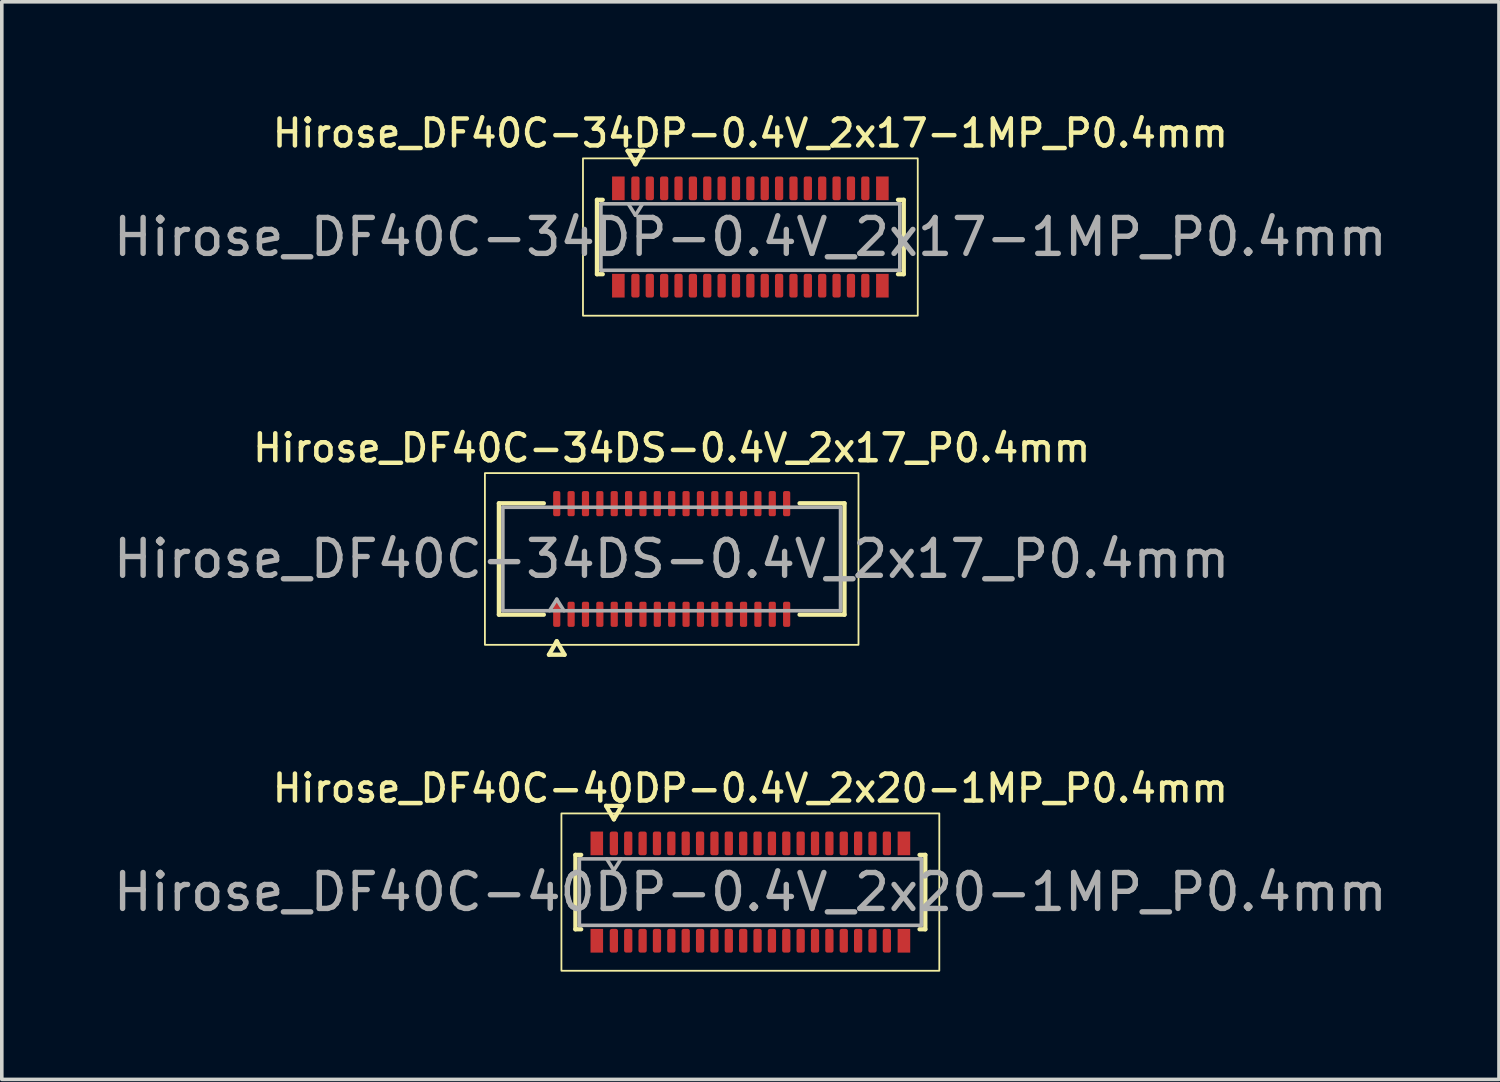
<source format=kicad_pcb>
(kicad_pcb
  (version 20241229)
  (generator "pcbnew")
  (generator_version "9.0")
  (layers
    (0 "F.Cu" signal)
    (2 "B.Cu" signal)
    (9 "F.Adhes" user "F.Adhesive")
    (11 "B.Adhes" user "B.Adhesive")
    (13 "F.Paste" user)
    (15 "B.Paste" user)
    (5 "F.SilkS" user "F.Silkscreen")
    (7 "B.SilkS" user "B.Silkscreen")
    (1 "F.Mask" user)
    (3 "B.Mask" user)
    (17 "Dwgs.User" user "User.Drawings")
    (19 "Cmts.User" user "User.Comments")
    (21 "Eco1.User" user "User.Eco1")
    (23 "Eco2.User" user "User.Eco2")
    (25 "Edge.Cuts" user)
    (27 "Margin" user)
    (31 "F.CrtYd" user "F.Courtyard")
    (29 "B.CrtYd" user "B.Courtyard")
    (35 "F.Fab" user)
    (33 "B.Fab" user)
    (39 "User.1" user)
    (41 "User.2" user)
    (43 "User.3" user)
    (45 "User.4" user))
  (footprint "Hirose_DF40C-34DP-0.4V_2x17-1MP_P0.4mm"
    (layer "F.Cu")
    (at 17.839 3.548)
    (property "Reference" "Hirose_DF40C-34DP-0.4V_2x17-1MP_P0.4mm" (at 0 -2.89 0) (layer "F.SilkS") (effects (font (size 0.75 0.75) (thickness 0.125))))
    (attr smd)
    (fp_line (start -4.27 -1.035) (end -4.11 -1.035) (stroke (width 0.12) (type solid)) (layer "F.SilkS"))
    (fp_line (start -4.27 1.035) (end -4.27 -1.035) (stroke (width 0.12) (type solid)) (layer "F.SilkS"))
    (fp_line (start -4.11 1.035) (end -4.27 1.035) (stroke (width 0.12) (type solid)) (layer "F.SilkS"))
    (fp_line (start -3.417 -2.4) (end -3.2 -2.025) (stroke (width 0.12) (type solid)) (layer "F.SilkS"))
    (fp_line (start -3.2 -2.025) (end -2.983 -2.4) (stroke (width 0.12) (type solid)) (layer "F.SilkS"))
    (fp_line (start -2.983 -2.4) (end -3.417 -2.4) (stroke (width 0.12) (type solid)) (layer "F.SilkS"))
    (fp_line (start 4.11 -1.035) (end 4.27 -1.035) (stroke (width 0.12) (type solid)) (layer "F.SilkS"))
    (fp_line (start 4.27 -1.035) (end 4.27 1.035) (stroke (width 0.12) (type solid)) (layer "F.SilkS"))
    (fp_line (start 4.27 1.035) (end 4.11 1.035) (stroke (width 0.12) (type solid)) (layer "F.SilkS"))
    (fp_rect (start -4.66 -2.19) (end 4.66 2.19) (stroke (width 0.05) (type solid)) (fill no) (layer "F.SilkS"))
    (fp_line (start -4.16 -0.925) (end 4.16 -0.925) (stroke (width 0.1) (type solid)) (layer "F.Fab"))
    (fp_line (start -4.16 0.925) (end -4.16 -0.925) (stroke (width 0.1) (type solid)) (layer "F.Fab"))
    (fp_line (start -3.4 -0.925) (end -3.2 -0.605) (stroke (width 0.1) (type solid)) (layer "F.Fab"))
    (fp_line (start -3.2 -0.605) (end -3 -0.925) (stroke (width 0.1) (type solid)) (layer "F.Fab"))
    (fp_line (start 4.16 -0.925) (end 4.16 0.925) (stroke (width 0.1) (type solid)) (layer "F.Fab"))
    (fp_line (start 4.16 0.925) (end -4.16 0.925) (stroke (width 0.1) (type solid)) (layer "F.Fab"))
    (fp_text user "${REFERENCE}" (at 0 0 0) (layer "F.Fab") (effects (font (size 1 1) (thickness 0.15))))
    (pad "1" smd roundrect (at -3.2 -1.355) (size 0.23 0.66) (layers "F.Cu" "F.Mask" "F.Paste") (roundrect_rratio 0.25))
    (pad "2" smd roundrect (at -3.2 1.355) (size 0.23 0.66) (layers "F.Cu" "F.Mask" "F.Paste") (roundrect_rratio 0.25))
    (pad "3" smd roundrect (at -2.8 -1.355) (size 0.23 0.66) (layers "F.Cu" "F.Mask" "F.Paste") (roundrect_rratio 0.25))
    (pad "4" smd roundrect (at -2.8 1.355) (size 0.23 0.66) (layers "F.Cu" "F.Mask" "F.Paste") (roundrect_rratio 0.25))
    (pad "5" smd roundrect (at -2.4 -1.355) (size 0.23 0.66) (layers "F.Cu" "F.Mask" "F.Paste") (roundrect_rratio 0.25))
    (pad "6" smd roundrect (at -2.4 1.355) (size 0.23 0.66) (layers "F.Cu" "F.Mask" "F.Paste") (roundrect_rratio 0.25))
    (pad "7" smd roundrect (at -2 -1.355) (size 0.23 0.66) (layers "F.Cu" "F.Mask" "F.Paste") (roundrect_rratio 0.25))
    (pad "8" smd roundrect (at -2 1.355) (size 0.23 0.66) (layers "F.Cu" "F.Mask" "F.Paste") (roundrect_rratio 0.25))
    (pad "9" smd roundrect (at -1.6 -1.355) (size 0.23 0.66) (layers "F.Cu" "F.Mask" "F.Paste") (roundrect_rratio 0.25))
    (pad "10" smd roundrect (at -1.6 1.355) (size 0.23 0.66) (layers "F.Cu" "F.Mask" "F.Paste") (roundrect_rratio 0.25))
    (pad "11" smd roundrect (at -1.2 -1.355) (size 0.23 0.66) (layers "F.Cu" "F.Mask" "F.Paste") (roundrect_rratio 0.25))
    (pad "12" smd roundrect (at -1.2 1.355) (size 0.23 0.66) (layers "F.Cu" "F.Mask" "F.Paste") (roundrect_rratio 0.25))
    (pad "13" smd roundrect (at -0.8 -1.355) (size 0.23 0.66) (layers "F.Cu" "F.Mask" "F.Paste") (roundrect_rratio 0.25))
    (pad "14" smd roundrect (at -0.8 1.355) (size 0.23 0.66) (layers "F.Cu" "F.Mask" "F.Paste") (roundrect_rratio 0.25))
    (pad "15" smd roundrect (at -0.4 -1.355) (size 0.23 0.66) (layers "F.Cu" "F.Mask" "F.Paste") (roundrect_rratio 0.25))
    (pad "16" smd roundrect (at -0.4 1.355) (size 0.23 0.66) (layers "F.Cu" "F.Mask" "F.Paste") (roundrect_rratio 0.25))
    (pad "17" smd roundrect (at 0 -1.355) (size 0.23 0.66) (layers "F.Cu" "F.Mask" "F.Paste") (roundrect_rratio 0.25))
    (pad "18" smd roundrect (at 0 1.355) (size 0.23 0.66) (layers "F.Cu" "F.Mask" "F.Paste") (roundrect_rratio 0.25))
    (pad "19" smd roundrect (at 0.4 -1.355) (size 0.23 0.66) (layers "F.Cu" "F.Mask" "F.Paste") (roundrect_rratio 0.25))
    (pad "20" smd roundrect (at 0.4 1.355) (size 0.23 0.66) (layers "F.Cu" "F.Mask" "F.Paste") (roundrect_rratio 0.25))
    (pad "21" smd roundrect (at 0.8 -1.355) (size 0.23 0.66) (layers "F.Cu" "F.Mask" "F.Paste") (roundrect_rratio 0.25))
    (pad "22" smd roundrect (at 0.8 1.355) (size 0.23 0.66) (layers "F.Cu" "F.Mask" "F.Paste") (roundrect_rratio 0.25))
    (pad "23" smd roundrect (at 1.2 -1.355) (size 0.23 0.66) (layers "F.Cu" "F.Mask" "F.Paste") (roundrect_rratio 0.25))
    (pad "24" smd roundrect (at 1.2 1.355) (size 0.23 0.66) (layers "F.Cu" "F.Mask" "F.Paste") (roundrect_rratio 0.25))
    (pad "25" smd roundrect (at 1.6 -1.355) (size 0.23 0.66) (layers "F.Cu" "F.Mask" "F.Paste") (roundrect_rratio 0.25))
    (pad "26" smd roundrect (at 1.6 1.355) (size 0.23 0.66) (layers "F.Cu" "F.Mask" "F.Paste") (roundrect_rratio 0.25))
    (pad "27" smd roundrect (at 2 -1.355) (size 0.23 0.66) (layers "F.Cu" "F.Mask" "F.Paste") (roundrect_rratio 0.25))
    (pad "28" smd roundrect (at 2 1.355) (size 0.23 0.66) (layers "F.Cu" "F.Mask" "F.Paste") (roundrect_rratio 0.25))
    (pad "29" smd roundrect (at 2.4 -1.355) (size 0.23 0.66) (layers "F.Cu" "F.Mask" "F.Paste") (roundrect_rratio 0.25))
    (pad "30" smd roundrect (at 2.4 1.355) (size 0.23 0.66) (layers "F.Cu" "F.Mask" "F.Paste") (roundrect_rratio 0.25))
    (pad "31" smd roundrect (at 2.8 -1.355) (size 0.23 0.66) (layers "F.Cu" "F.Mask" "F.Paste") (roundrect_rratio 0.25))
    (pad "32" smd roundrect (at 2.8 1.355) (size 0.23 0.66) (layers "F.Cu" "F.Mask" "F.Paste") (roundrect_rratio 0.25))
    (pad "33" smd roundrect (at 3.2 -1.355) (size 0.23 0.66) (layers "F.Cu" "F.Mask" "F.Paste") (roundrect_rratio 0.25))
    (pad "34" smd roundrect (at 3.2 1.355) (size 0.23 0.66) (layers "F.Cu" "F.Mask" "F.Paste") (roundrect_rratio 0.25))
    (pad "MP" smd rect (at -3.675 -1.355) (size 0.35 0.66) (layers "F.Cu" "F.Mask" "F.Paste"))
    (pad "MP" smd rect (at -3.675 1.355) (size 0.35 0.66) (layers "F.Cu" "F.Mask" "F.Paste"))
    (pad "MP" smd rect (at 3.675 -1.355) (size 0.35 0.66) (layers "F.Cu" "F.Mask" "F.Paste"))
    (pad "MP" smd rect (at 3.675 1.355) (size 0.35 0.66) (layers "F.Cu" "F.Mask" "F.Paste")))
  (footprint "Hirose_DF40C-34DS-0.4V_2x17_P0.4mm"
    (layer "F.Cu")
    (at 15.649 12.511)
    (property "Reference" "Hirose_DF40C-34DS-0.4V_2x17_P0.4mm" (at 0 -3.09 0) (layer "F.SilkS") (effects (font (size 0.75 0.75) (thickness 0.125))))
    (attr smd)
    (fp_line (start -4.81 -1.55) (end -3.56 -1.55) (stroke (width 0.12) (type solid)) (layer "F.SilkS"))
    (fp_line (start -4.81 1.55) (end -4.81 -1.55) (stroke (width 0.12) (type solid)) (layer "F.SilkS"))
    (fp_line (start -3.56 1.55) (end -4.81 1.55) (stroke (width 0.12) (type solid)) (layer "F.SilkS"))
    (fp_line (start -3.417 2.665) (end -3.2 2.29) (stroke (width 0.12) (type solid)) (layer "F.SilkS"))
    (fp_line (start -3.2 2.29) (end -2.983 2.665) (stroke (width 0.12) (type solid)) (layer "F.SilkS"))
    (fp_line (start -2.983 2.665) (end -3.417 2.665) (stroke (width 0.12) (type solid)) (layer "F.SilkS"))
    (fp_line (start 3.56 -1.55) (end 4.81 -1.55) (stroke (width 0.12) (type solid)) (layer "F.SilkS"))
    (fp_line (start 4.81 -1.55) (end 4.81 1.55) (stroke (width 0.12) (type solid)) (layer "F.SilkS"))
    (fp_line (start 4.81 1.55) (end 3.56 1.55) (stroke (width 0.12) (type solid)) (layer "F.SilkS"))
    (fp_rect (start -5.2 -2.39) (end 5.2 2.39) (stroke (width 0.05) (type solid)) (fill no) (layer "F.SilkS"))
    (fp_line (start -4.7 -1.44) (end 4.7 -1.44) (stroke (width 0.1) (type solid)) (layer "F.Fab"))
    (fp_line (start -4.7 1.44) (end -4.7 -1.44) (stroke (width 0.1) (type solid)) (layer "F.Fab"))
    (fp_line (start -3.4 1.44) (end -3.2 1.12) (stroke (width 0.1) (type solid)) (layer "F.Fab"))
    (fp_line (start -3.2 1.12) (end -3 1.44) (stroke (width 0.1) (type solid)) (layer "F.Fab"))
    (fp_line (start 4.7 -1.44) (end 4.7 1.44) (stroke (width 0.1) (type solid)) (layer "F.Fab"))
    (fp_line (start 4.7 1.44) (end -4.7 1.44) (stroke (width 0.1) (type solid)) (layer "F.Fab"))
    (fp_text user "${REFERENCE}" (at 0 0 0) (layer "F.Fab") (effects (font (size 1 1) (thickness 0.15))))
    (pad "1" smd roundrect (at -3.2 1.54) (size 0.2 0.7) (layers "F.Cu" "F.Mask" "F.Paste") (roundrect_rratio 0.25))
    (pad "2" smd roundrect (at -3.2 -1.54) (size 0.2 0.7) (layers "F.Cu" "F.Mask" "F.Paste") (roundrect_rratio 0.25))
    (pad "3" smd roundrect (at -2.8 1.54) (size 0.2 0.7) (layers "F.Cu" "F.Mask" "F.Paste") (roundrect_rratio 0.25))
    (pad "4" smd roundrect (at -2.8 -1.54) (size 0.2 0.7) (layers "F.Cu" "F.Mask" "F.Paste") (roundrect_rratio 0.25))
    (pad "5" smd roundrect (at -2.4 1.54) (size 0.2 0.7) (layers "F.Cu" "F.Mask" "F.Paste") (roundrect_rratio 0.25))
    (pad "6" smd roundrect (at -2.4 -1.54) (size 0.2 0.7) (layers "F.Cu" "F.Mask" "F.Paste") (roundrect_rratio 0.25))
    (pad "7" smd roundrect (at -2 1.54) (size 0.2 0.7) (layers "F.Cu" "F.Mask" "F.Paste") (roundrect_rratio 0.25))
    (pad "8" smd roundrect (at -2 -1.54) (size 0.2 0.7) (layers "F.Cu" "F.Mask" "F.Paste") (roundrect_rratio 0.25))
    (pad "9" smd roundrect (at -1.6 1.54) (size 0.2 0.7) (layers "F.Cu" "F.Mask" "F.Paste") (roundrect_rratio 0.25))
    (pad "10" smd roundrect (at -1.6 -1.54) (size 0.2 0.7) (layers "F.Cu" "F.Mask" "F.Paste") (roundrect_rratio 0.25))
    (pad "11" smd roundrect (at -1.2 1.54) (size 0.2 0.7) (layers "F.Cu" "F.Mask" "F.Paste") (roundrect_rratio 0.25))
    (pad "12" smd roundrect (at -1.2 -1.54) (size 0.2 0.7) (layers "F.Cu" "F.Mask" "F.Paste") (roundrect_rratio 0.25))
    (pad "13" smd roundrect (at -0.8 1.54) (size 0.2 0.7) (layers "F.Cu" "F.Mask" "F.Paste") (roundrect_rratio 0.25))
    (pad "14" smd roundrect (at -0.8 -1.54) (size 0.2 0.7) (layers "F.Cu" "F.Mask" "F.Paste") (roundrect_rratio 0.25))
    (pad "15" smd roundrect (at -0.4 1.54) (size 0.2 0.7) (layers "F.Cu" "F.Mask" "F.Paste") (roundrect_rratio 0.25))
    (pad "16" smd roundrect (at -0.4 -1.54) (size 0.2 0.7) (layers "F.Cu" "F.Mask" "F.Paste") (roundrect_rratio 0.25))
    (pad "17" smd roundrect (at 0 1.54) (size 0.2 0.7) (layers "F.Cu" "F.Mask" "F.Paste") (roundrect_rratio 0.25))
    (pad "18" smd roundrect (at 0 -1.54) (size 0.2 0.7) (layers "F.Cu" "F.Mask" "F.Paste") (roundrect_rratio 0.25))
    (pad "19" smd roundrect (at 0.4 1.54) (size 0.2 0.7) (layers "F.Cu" "F.Mask" "F.Paste") (roundrect_rratio 0.25))
    (pad "20" smd roundrect (at 0.4 -1.54) (size 0.2 0.7) (layers "F.Cu" "F.Mask" "F.Paste") (roundrect_rratio 0.25))
    (pad "21" smd roundrect (at 0.8 1.54) (size 0.2 0.7) (layers "F.Cu" "F.Mask" "F.Paste") (roundrect_rratio 0.25))
    (pad "22" smd roundrect (at 0.8 -1.54) (size 0.2 0.7) (layers "F.Cu" "F.Mask" "F.Paste") (roundrect_rratio 0.25))
    (pad "23" smd roundrect (at 1.2 1.54) (size 0.2 0.7) (layers "F.Cu" "F.Mask" "F.Paste") (roundrect_rratio 0.25))
    (pad "24" smd roundrect (at 1.2 -1.54) (size 0.2 0.7) (layers "F.Cu" "F.Mask" "F.Paste") (roundrect_rratio 0.25))
    (pad "25" smd roundrect (at 1.6 1.54) (size 0.2 0.7) (layers "F.Cu" "F.Mask" "F.Paste") (roundrect_rratio 0.25))
    (pad "26" smd roundrect (at 1.6 -1.54) (size 0.2 0.7) (layers "F.Cu" "F.Mask" "F.Paste") (roundrect_rratio 0.25))
    (pad "27" smd roundrect (at 2 1.54) (size 0.2 0.7) (layers "F.Cu" "F.Mask" "F.Paste") (roundrect_rratio 0.25))
    (pad "28" smd roundrect (at 2 -1.54) (size 0.2 0.7) (layers "F.Cu" "F.Mask" "F.Paste") (roundrect_rratio 0.25))
    (pad "29" smd roundrect (at 2.4 1.54) (size 0.2 0.7) (layers "F.Cu" "F.Mask" "F.Paste") (roundrect_rratio 0.25))
    (pad "30" smd roundrect (at 2.4 -1.54) (size 0.2 0.7) (layers "F.Cu" "F.Mask" "F.Paste") (roundrect_rratio 0.25))
    (pad "31" smd roundrect (at 2.8 1.54) (size 0.2 0.7) (layers "F.Cu" "F.Mask" "F.Paste") (roundrect_rratio 0.25))
    (pad "32" smd roundrect (at 2.8 -1.54) (size 0.2 0.7) (layers "F.Cu" "F.Mask" "F.Paste") (roundrect_rratio 0.25))
    (pad "33" smd roundrect (at 3.2 1.54) (size 0.2 0.7) (layers "F.Cu" "F.Mask" "F.Paste") (roundrect_rratio 0.25))
    (pad "34" smd roundrect (at 3.2 -1.54) (size 0.2 0.7) (layers "F.Cu" "F.Mask" "F.Paste") (roundrect_rratio 0.25)))
  (footprint "Hirose_DF40C-40DP-0.4V_2x20-1MP_P0.4mm"
    (layer "F.Cu")
    (at 17.839 21.784)
    (property "Reference" "Hirose_DF40C-40DP-0.4V_2x20-1MP_P0.4mm" (at 0 -2.89 0) (layer "F.SilkS") (effects (font (size 0.75 0.75) (thickness 0.125))))
    (attr smd)
    (fp_line (start -4.87 -1.035) (end -4.71 -1.035) (stroke (width 0.12) (type solid)) (layer "F.SilkS"))
    (fp_line (start -4.87 1.035) (end -4.87 -1.035) (stroke (width 0.12) (type solid)) (layer "F.SilkS"))
    (fp_line (start -4.71 1.035) (end -4.87 1.035) (stroke (width 0.12) (type solid)) (layer "F.SilkS"))
    (fp_line (start -4.017 -2.4) (end -3.8 -2.025) (stroke (width 0.12) (type solid)) (layer "F.SilkS"))
    (fp_line (start -3.8 -2.025) (end -3.583 -2.4) (stroke (width 0.12) (type solid)) (layer "F.SilkS"))
    (fp_line (start -3.583 -2.4) (end -4.017 -2.4) (stroke (width 0.12) (type solid)) (layer "F.SilkS"))
    (fp_line (start 4.71 -1.035) (end 4.87 -1.035) (stroke (width 0.12) (type solid)) (layer "F.SilkS"))
    (fp_line (start 4.87 -1.035) (end 4.87 1.035) (stroke (width 0.12) (type solid)) (layer "F.SilkS"))
    (fp_line (start 4.87 1.035) (end 4.71 1.035) (stroke (width 0.12) (type solid)) (layer "F.SilkS"))
    (fp_rect (start -5.26 -2.19) (end 5.26 2.19) (stroke (width 0.05) (type solid)) (fill no) (layer "F.SilkS"))
    (fp_line (start -4.76 -0.925) (end 4.76 -0.925) (stroke (width 0.1) (type solid)) (layer "F.Fab"))
    (fp_line (start -4.76 0.925) (end -4.76 -0.925) (stroke (width 0.1) (type solid)) (layer "F.Fab"))
    (fp_line (start -4 -0.925) (end -3.8 -0.605) (stroke (width 0.1) (type solid)) (layer "F.Fab"))
    (fp_line (start -3.8 -0.605) (end -3.6 -0.925) (stroke (width 0.1) (type solid)) (layer "F.Fab"))
    (fp_line (start 4.76 -0.925) (end 4.76 0.925) (stroke (width 0.1) (type solid)) (layer "F.Fab"))
    (fp_line (start 4.76 0.925) (end -4.76 0.925) (stroke (width 0.1) (type solid)) (layer "F.Fab"))
    (fp_text user "${REFERENCE}" (at 0 0 0) (layer "F.Fab") (effects (font (size 1 1) (thickness 0.15))))
    (pad "1" smd roundrect (at -3.8 -1.355) (size 0.23 0.66) (layers "F.Cu" "F.Mask" "F.Paste") (roundrect_rratio 0.25))
    (pad "2" smd roundrect (at -3.8 1.355) (size 0.23 0.66) (layers "F.Cu" "F.Mask" "F.Paste") (roundrect_rratio 0.25))
    (pad "3" smd roundrect (at -3.4 -1.355) (size 0.23 0.66) (layers "F.Cu" "F.Mask" "F.Paste") (roundrect_rratio 0.25))
    (pad "4" smd roundrect (at -3.4 1.355) (size 0.23 0.66) (layers "F.Cu" "F.Mask" "F.Paste") (roundrect_rratio 0.25))
    (pad "5" smd roundrect (at -3 -1.355) (size 0.23 0.66) (layers "F.Cu" "F.Mask" "F.Paste") (roundrect_rratio 0.25))
    (pad "6" smd roundrect (at -3 1.355) (size 0.23 0.66) (layers "F.Cu" "F.Mask" "F.Paste") (roundrect_rratio 0.25))
    (pad "7" smd roundrect (at -2.6 -1.355) (size 0.23 0.66) (layers "F.Cu" "F.Mask" "F.Paste") (roundrect_rratio 0.25))
    (pad "8" smd roundrect (at -2.6 1.355) (size 0.23 0.66) (layers "F.Cu" "F.Mask" "F.Paste") (roundrect_rratio 0.25))
    (pad "9" smd roundrect (at -2.2 -1.355) (size 0.23 0.66) (layers "F.Cu" "F.Mask" "F.Paste") (roundrect_rratio 0.25))
    (pad "10" smd roundrect (at -2.2 1.355) (size 0.23 0.66) (layers "F.Cu" "F.Mask" "F.Paste") (roundrect_rratio 0.25))
    (pad "11" smd roundrect (at -1.8 -1.355) (size 0.23 0.66) (layers "F.Cu" "F.Mask" "F.Paste") (roundrect_rratio 0.25))
    (pad "12" smd roundrect (at -1.8 1.355) (size 0.23 0.66) (layers "F.Cu" "F.Mask" "F.Paste") (roundrect_rratio 0.25))
    (pad "13" smd roundrect (at -1.4 -1.355) (size 0.23 0.66) (layers "F.Cu" "F.Mask" "F.Paste") (roundrect_rratio 0.25))
    (pad "14" smd roundrect (at -1.4 1.355) (size 0.23 0.66) (layers "F.Cu" "F.Mask" "F.Paste") (roundrect_rratio 0.25))
    (pad "15" smd roundrect (at -1 -1.355) (size 0.23 0.66) (layers "F.Cu" "F.Mask" "F.Paste") (roundrect_rratio 0.25))
    (pad "16" smd roundrect (at -1 1.355) (size 0.23 0.66) (layers "F.Cu" "F.Mask" "F.Paste") (roundrect_rratio 0.25))
    (pad "17" smd roundrect (at -0.6 -1.355) (size 0.23 0.66) (layers "F.Cu" "F.Mask" "F.Paste") (roundrect_rratio 0.25))
    (pad "18" smd roundrect (at -0.6 1.355) (size 0.23 0.66) (layers "F.Cu" "F.Mask" "F.Paste") (roundrect_rratio 0.25))
    (pad "19" smd roundrect (at -0.2 -1.355) (size 0.23 0.66) (layers "F.Cu" "F.Mask" "F.Paste") (roundrect_rratio 0.25))
    (pad "20" smd roundrect (at -0.2 1.355) (size 0.23 0.66) (layers "F.Cu" "F.Mask" "F.Paste") (roundrect_rratio 0.25))
    (pad "21" smd roundrect (at 0.2 -1.355) (size 0.23 0.66) (layers "F.Cu" "F.Mask" "F.Paste") (roundrect_rratio 0.25))
    (pad "22" smd roundrect (at 0.2 1.355) (size 0.23 0.66) (layers "F.Cu" "F.Mask" "F.Paste") (roundrect_rratio 0.25))
    (pad "23" smd roundrect (at 0.6 -1.355) (size 0.23 0.66) (layers "F.Cu" "F.Mask" "F.Paste") (roundrect_rratio 0.25))
    (pad "24" smd roundrect (at 0.6 1.355) (size 0.23 0.66) (layers "F.Cu" "F.Mask" "F.Paste") (roundrect_rratio 0.25))
    (pad "25" smd roundrect (at 1 -1.355) (size 0.23 0.66) (layers "F.Cu" "F.Mask" "F.Paste") (roundrect_rratio 0.25))
    (pad "26" smd roundrect (at 1 1.355) (size 0.23 0.66) (layers "F.Cu" "F.Mask" "F.Paste") (roundrect_rratio 0.25))
    (pad "27" smd roundrect (at 1.4 -1.355) (size 0.23 0.66) (layers "F.Cu" "F.Mask" "F.Paste") (roundrect_rratio 0.25))
    (pad "28" smd roundrect (at 1.4 1.355) (size 0.23 0.66) (layers "F.Cu" "F.Mask" "F.Paste") (roundrect_rratio 0.25))
    (pad "29" smd roundrect (at 1.8 -1.355) (size 0.23 0.66) (layers "F.Cu" "F.Mask" "F.Paste") (roundrect_rratio 0.25))
    (pad "30" smd roundrect (at 1.8 1.355) (size 0.23 0.66) (layers "F.Cu" "F.Mask" "F.Paste") (roundrect_rratio 0.25))
    (pad "31" smd roundrect (at 2.2 -1.355) (size 0.23 0.66) (layers "F.Cu" "F.Mask" "F.Paste") (roundrect_rratio 0.25))
    (pad "32" smd roundrect (at 2.2 1.355) (size 0.23 0.66) (layers "F.Cu" "F.Mask" "F.Paste") (roundrect_rratio 0.25))
    (pad "33" smd roundrect (at 2.6 -1.355) (size 0.23 0.66) (layers "F.Cu" "F.Mask" "F.Paste") (roundrect_rratio 0.25))
    (pad "34" smd roundrect (at 2.6 1.355) (size 0.23 0.66) (layers "F.Cu" "F.Mask" "F.Paste") (roundrect_rratio 0.25))
    (pad "35" smd roundrect (at 3 -1.355) (size 0.23 0.66) (layers "F.Cu" "F.Mask" "F.Paste") (roundrect_rratio 0.25))
    (pad "36" smd roundrect (at 3 1.355) (size 0.23 0.66) (layers "F.Cu" "F.Mask" "F.Paste") (roundrect_rratio 0.25))
    (pad "37" smd roundrect (at 3.4 -1.355) (size 0.23 0.66) (layers "F.Cu" "F.Mask" "F.Paste") (roundrect_rratio 0.25))
    (pad "38" smd roundrect (at 3.4 1.355) (size 0.23 0.66) (layers "F.Cu" "F.Mask" "F.Paste") (roundrect_rratio 0.25))
    (pad "39" smd roundrect (at 3.8 -1.355) (size 0.23 0.66) (layers "F.Cu" "F.Mask" "F.Paste") (roundrect_rratio 0.25))
    (pad "40" smd roundrect (at 3.8 1.355) (size 0.23 0.66) (layers "F.Cu" "F.Mask" "F.Paste") (roundrect_rratio 0.25))
    (pad "MP" smd rect (at -4.275 -1.355) (size 0.35 0.66) (layers "F.Cu" "F.Mask" "F.Paste"))
    (pad "MP" smd rect (at -4.275 1.355) (size 0.35 0.66) (layers "F.Cu" "F.Mask" "F.Paste"))
    (pad "MP" smd rect (at 4.275 -1.355) (size 0.35 0.66) (layers "F.Cu" "F.Mask" "F.Paste"))
    (pad "MP" smd rect (at 4.275 1.355) (size 0.35 0.66) (layers "F.Cu" "F.Mask" "F.Paste")))
  (gr_rect
    (start -3 -3)
    (end 38.679 26.999)
    (stroke (width 0.1) (type default))
    (fill no)
    (layer "Edge.Cuts")))
</source>
